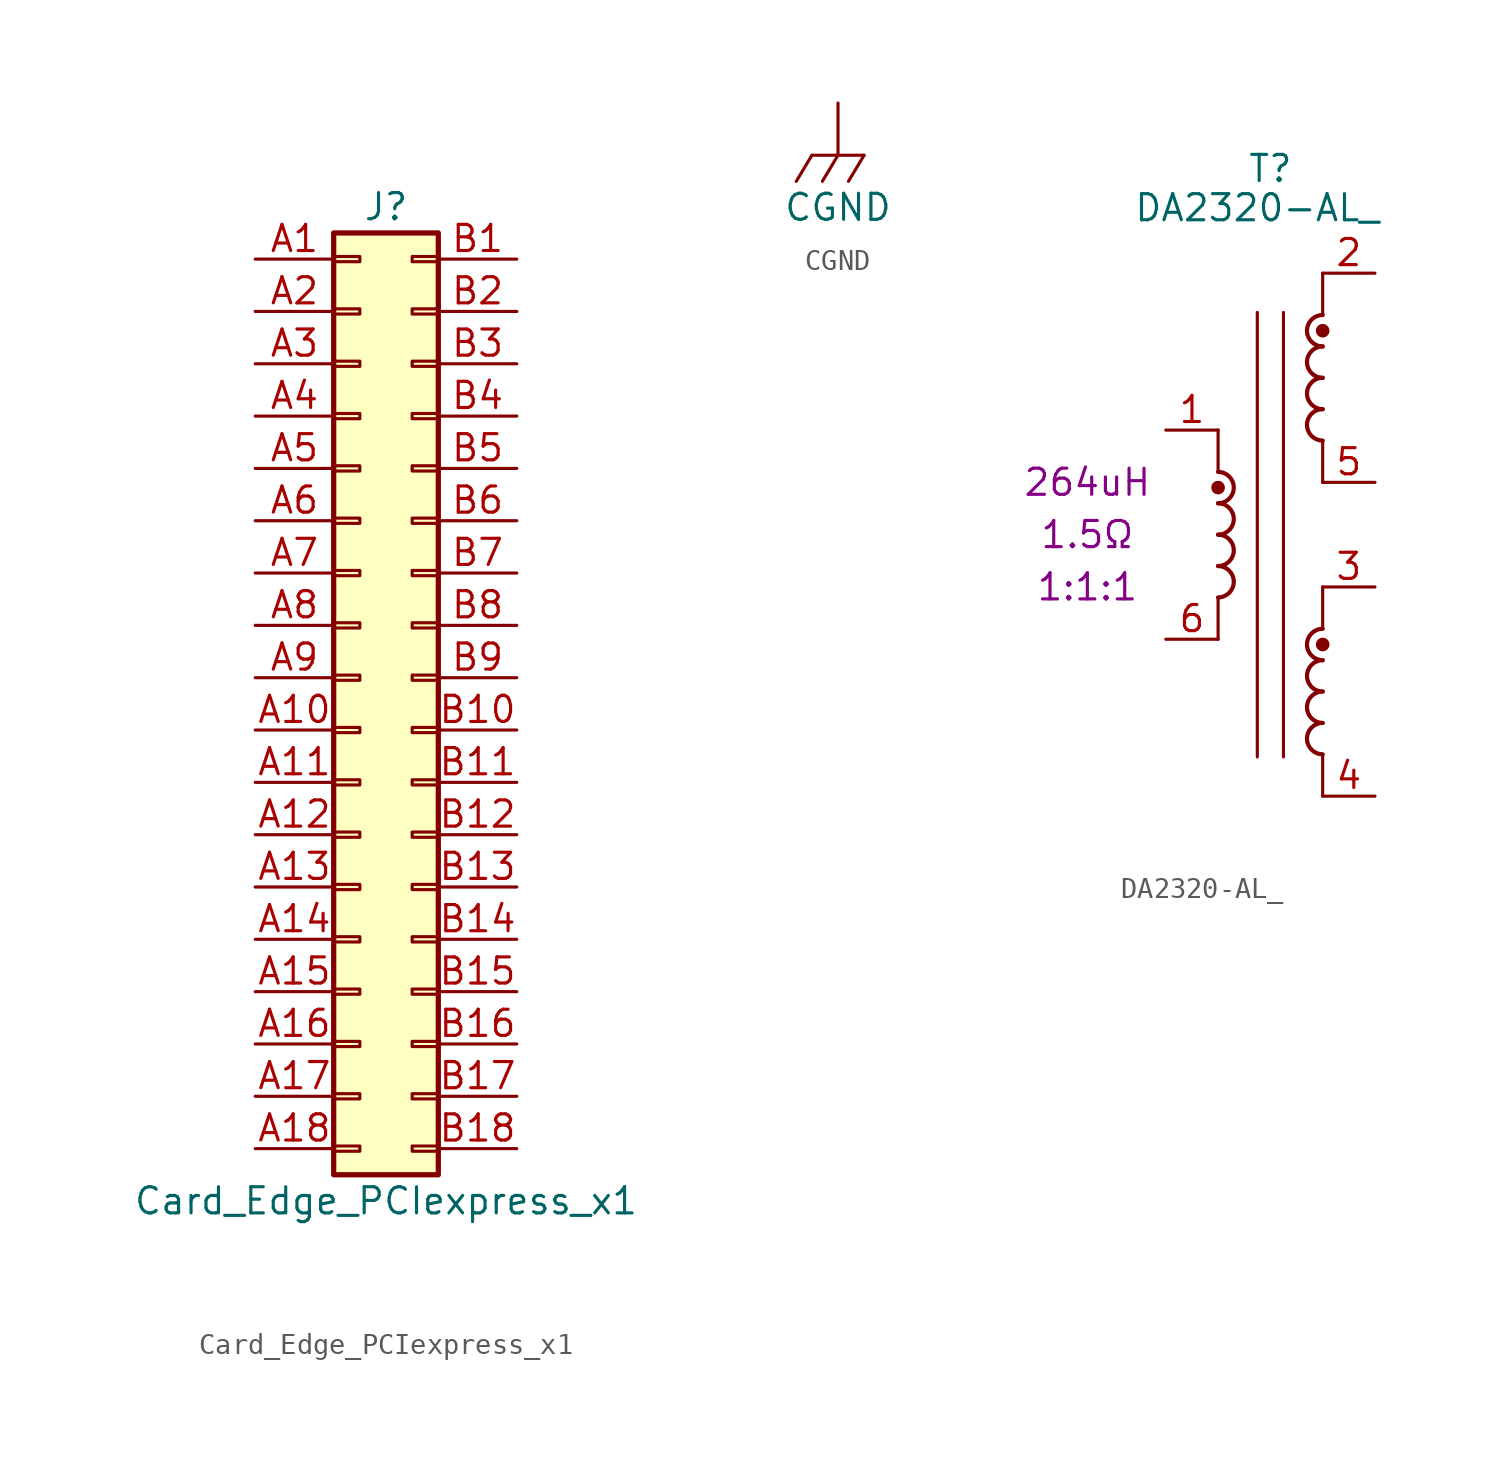
<source format=kicad_sym>
(kicad_symbol_lib
  (version 20211014)
  (generator kicad_symbol_editor)
  (symbol "Card_Edge_PCIexpress_x1"
    (pin_names
      (offset 1.016) hide)
    (property "Reference" "J"
      (at 1.27 22.86 0)
      (effects (font (size 1.27 1.27))))
    (property "Value" "Card_Edge_PCIexpress_x1"
      (at 1.27 -25.4 0)
      (effects (font (size 1.27 1.27))))
    (symbol "Card_Edge_PCIexpress_x1_1_1"
      (rectangle (start -1.27 -22.733) (end 0 -22.987) (stroke (width 0.152) (type default) (color 0 0 0 0)) (fill (type none)))
      (rectangle (start -1.27 -20.193) (end 0 -20.447) (stroke (width 0.152) (type default) (color 0 0 0 0)) (fill (type none)))
      (rectangle (start -1.27 -17.653) (end 0 -17.907) (stroke (width 0.152) (type default) (color 0 0 0 0)) (fill (type none)))
      (rectangle (start -1.27 -15.113) (end 0 -15.367) (stroke (width 0.152) (type default) (color 0 0 0 0)) (fill (type none)))
      (rectangle (start -1.27 -12.573) (end 0 -12.827) (stroke (width 0.152) (type default) (color 0 0 0 0)) (fill (type none)))
      (rectangle (start -1.27 -10.033) (end 0 -10.287) (stroke (width 0.152) (type default) (color 0 0 0 0)) (fill (type none)))
      (rectangle (start -1.27 -7.493) (end 0 -7.747) (stroke (width 0.152) (type default) (color 0 0 0 0)) (fill (type none)))
      (rectangle (start -1.27 -4.953) (end 0 -5.207) (stroke (width 0.152) (type default) (color 0 0 0 0)) (fill (type none)))
      (rectangle (start -1.27 -2.413) (end 0 -2.667) (stroke (width 0.152) (type default) (color 0 0 0 0)) (fill (type none)))
      (rectangle (start -1.27 0.127) (end 0 -0.127) (stroke (width 0.152) (type default) (color 0 0 0 0)) (fill (type none)))
      (rectangle (start -1.27 2.667) (end 0 2.413) (stroke (width 0.152) (type default) (color 0 0 0 0)) (fill (type none)))
      (rectangle (start -1.27 5.207) (end 0 4.953) (stroke (width 0.152) (type default) (color 0 0 0 0)) (fill (type none)))
      (rectangle (start -1.27 7.747) (end 0 7.493) (stroke (width 0.152) (type default) (color 0 0 0 0)) (fill (type none)))
      (rectangle (start -1.27 10.287) (end 0 10.033) (stroke (width 0.152) (type default) (color 0 0 0 0)) (fill (type none)))
      (rectangle (start -1.27 12.827) (end 0 12.573) (stroke (width 0.152) (type default) (color 0 0 0 0)) (fill (type none)))
      (rectangle (start -1.27 15.367) (end 0 15.113) (stroke (width 0.152) (type default) (color 0 0 0 0)) (fill (type none)))
      (rectangle (start -1.27 17.907) (end 0 17.653) (stroke (width 0.152) (type default) (color 0 0 0 0)) (fill (type none)))
      (rectangle (start -1.27 20.447) (end 0 20.193) (stroke (width 0.152) (type default) (color 0 0 0 0)) (fill (type none)))
      (rectangle (start -1.27 21.59) (end 3.81 -24.13) (stroke (width 0.254) (type default) (color 0 0 0 0)) (fill (type background)))
      (rectangle (start 3.81 -22.733) (end 2.54 -22.987) (stroke (width 0.152) (type default) (color 0 0 0 0)) (fill (type none)))
      (rectangle (start 3.81 -20.193) (end 2.54 -20.447) (stroke (width 0.152) (type default) (color 0 0 0 0)) (fill (type none)))
      (rectangle (start 3.81 -17.653) (end 2.54 -17.907) (stroke (width 0.152) (type default) (color 0 0 0 0)) (fill (type none)))
      (rectangle (start 3.81 -15.113) (end 2.54 -15.367) (stroke (width 0.152) (type default) (color 0 0 0 0)) (fill (type none)))
      (rectangle (start 3.81 -12.573) (end 2.54 -12.827) (stroke (width 0.152) (type default) (color 0 0 0 0)) (fill (type none)))
      (rectangle (start 3.81 -10.033) (end 2.54 -10.287) (stroke (width 0.152) (type default) (color 0 0 0 0)) (fill (type none)))
      (rectangle (start 3.81 -7.493) (end 2.54 -7.747) (stroke (width 0.152) (type default) (color 0 0 0 0)) (fill (type none)))
      (rectangle (start 3.81 -4.953) (end 2.54 -5.207) (stroke (width 0.152) (type default) (color 0 0 0 0)) (fill (type none)))
      (rectangle (start 3.81 -2.413) (end 2.54 -2.667) (stroke (width 0.152) (type default) (color 0 0 0 0)) (fill (type none)))
      (rectangle (start 3.81 0.127) (end 2.54 -0.127) (stroke (width 0.152) (type default) (color 0 0 0 0)) (fill (type none)))
      (rectangle (start 3.81 2.667) (end 2.54 2.413) (stroke (width 0.152) (type default) (color 0 0 0 0)) (fill (type none)))
      (rectangle (start 3.81 5.207) (end 2.54 4.953) (stroke (width 0.152) (type default) (color 0 0 0 0)) (fill (type none)))
      (rectangle (start 3.81 7.747) (end 2.54 7.493) (stroke (width 0.152) (type default) (color 0 0 0 0)) (fill (type none)))
      (rectangle (start 3.81 10.287) (end 2.54 10.033) (stroke (width 0.152) (type default) (color 0 0 0 0)) (fill (type none)))
      (rectangle (start 3.81 12.827) (end 2.54 12.573) (stroke (width 0.152) (type default) (color 0 0 0 0)) (fill (type none)))
      (rectangle (start 3.81 15.367) (end 2.54 15.113) (stroke (width 0.152) (type default) (color 0 0 0 0)) (fill (type none)))
      (rectangle (start 3.81 17.907) (end 2.54 17.653) (stroke (width 0.152) (type default) (color 0 0 0 0)) (fill (type none)))
      (rectangle (start 3.81 20.447) (end 2.54 20.193) (stroke (width 0.152) (type default) (color 0 0 0 0)) (fill (type none)))
      (pin passive line (at -5.08 20.32 0) (length 3.81) (name "Pin_a1" (effects (font (size 1.27 1.27)))) (number "A1" (effects (font (size 1.27 1.27)))))
      (pin passive line (at -5.08 -2.54 0) (length 3.81) (name "Pin_a10" (effects (font (size 1.27 1.27)))) (number "A10" (effects (font (size 1.27 1.27)))))
      (pin passive line (at -5.08 -5.08 0) (length 3.81) (name "Pin_a11" (effects (font (size 1.27 1.27)))) (number "A11" (effects (font (size 1.27 1.27)))))
      (pin passive line (at -5.08 -7.62 0) (length 3.81) (name "Pin_a12" (effects (font (size 1.27 1.27)))) (number "A12" (effects (font (size 1.27 1.27)))))
      (pin passive line (at -5.08 -10.16 0) (length 3.81) (name "Pin_a13" (effects (font (size 1.27 1.27)))) (number "A13" (effects (font (size 1.27 1.27)))))
      (pin passive line (at -5.08 -12.7 0) (length 3.81) (name "Pin_a14" (effects (font (size 1.27 1.27)))) (number "A14" (effects (font (size 1.27 1.27)))))
      (pin passive line (at -5.08 -15.24 0) (length 3.81) (name "Pin_a15" (effects (font (size 1.27 1.27)))) (number "A15" (effects (font (size 1.27 1.27)))))
      (pin passive line (at -5.08 -17.78 0) (length 3.81) (name "Pin_a16" (effects (font (size 1.27 1.27)))) (number "A16" (effects (font (size 1.27 1.27)))))
      (pin passive line (at -5.08 -20.32 0) (length 3.81) (name "Pin_a17" (effects (font (size 1.27 1.27)))) (number "A17" (effects (font (size 1.27 1.27)))))
      (pin passive line (at -5.08 -22.86 0) (length 3.81) (name "Pin_a18" (effects (font (size 1.27 1.27)))) (number "A18" (effects (font (size 1.27 1.27)))))
      (pin passive line (at -5.08 17.78 0) (length 3.81) (name "Pin_a2" (effects (font (size 1.27 1.27)))) (number "A2" (effects (font (size 1.27 1.27)))))
      (pin passive line (at -5.08 15.24 0) (length 3.81) (name "Pin_a3" (effects (font (size 1.27 1.27)))) (number "A3" (effects (font (size 1.27 1.27)))))
      (pin passive line (at -5.08 12.7 0) (length 3.81) (name "Pin_a4" (effects (font (size 1.27 1.27)))) (number "A4" (effects (font (size 1.27 1.27)))))
      (pin passive line (at -5.08 10.16 0) (length 3.81) (name "Pin_a5" (effects (font (size 1.27 1.27)))) (number "A5" (effects (font (size 1.27 1.27)))))
      (pin passive line (at -5.08 7.62 0) (length 3.81) (name "Pin_a6" (effects (font (size 1.27 1.27)))) (number "A6" (effects (font (size 1.27 1.27)))))
      (pin passive line (at -5.08 5.08 0) (length 3.81) (name "Pin_a7" (effects (font (size 1.27 1.27)))) (number "A7" (effects (font (size 1.27 1.27)))))
      (pin passive line (at -5.08 2.54 0) (length 3.81) (name "Pin_a8" (effects (font (size 1.27 1.27)))) (number "A8" (effects (font (size 1.27 1.27)))))
      (pin passive line (at -5.08 0 0) (length 3.81) (name "Pin_a9" (effects (font (size 1.27 1.27)))) (number "A9" (effects (font (size 1.27 1.27)))))
      (pin passive line (at 7.62 20.32 180) (length 3.81) (name "Pin_b1" (effects (font (size 1.27 1.27)))) (number "B1" (effects (font (size 1.27 1.27)))))
      (pin passive line (at 7.62 -2.54 180) (length 3.81) (name "Pin_b10" (effects (font (size 1.27 1.27)))) (number "B10" (effects (font (size 1.27 1.27)))))
      (pin passive line (at 7.62 -5.08 180) (length 3.81) (name "Pin_b11" (effects (font (size 1.27 1.27)))) (number "B11" (effects (font (size 1.27 1.27)))))
      (pin passive line (at 7.62 -7.62 180) (length 3.81) (name "Pin_b12" (effects (font (size 1.27 1.27)))) (number "B12" (effects (font (size 1.27 1.27)))))
      (pin passive line (at 7.62 -10.16 180) (length 3.81) (name "Pin_b13" (effects (font (size 1.27 1.27)))) (number "B13" (effects (font (size 1.27 1.27)))))
      (pin passive line (at 7.62 -12.7 180) (length 3.81) (name "Pin_b14" (effects (font (size 1.27 1.27)))) (number "B14" (effects (font (size 1.27 1.27)))))
      (pin passive line (at 7.62 -15.24 180) (length 3.81) (name "Pin_b15" (effects (font (size 1.27 1.27)))) (number "B15" (effects (font (size 1.27 1.27)))))
      (pin passive line (at 7.62 -17.78 180) (length 3.81) (name "Pin_b16" (effects (font (size 1.27 1.27)))) (number "B16" (effects (font (size 1.27 1.27)))))
      (pin passive line (at 7.62 -20.32 180) (length 3.81) (name "Pin_b17" (effects (font (size 1.27 1.27)))) (number "B17" (effects (font (size 1.27 1.27)))))
      (pin passive line (at 7.62 -22.86 180) (length 3.81) (name "Pin_b18" (effects (font (size 1.27 1.27)))) (number "B18" (effects (font (size 1.27 1.27)))))
      (pin passive line (at 7.62 17.78 180) (length 3.81) (name "Pin_b2" (effects (font (size 1.27 1.27)))) (number "B2" (effects (font (size 1.27 1.27)))))
      (pin passive line (at 7.62 15.24 180) (length 3.81) (name "Pin_b3" (effects (font (size 1.27 1.27)))) (number "B3" (effects (font (size 1.27 1.27)))))
      (pin passive line (at 7.62 12.7 180) (length 3.81) (name "Pin_b4" (effects (font (size 1.27 1.27)))) (number "B4" (effects (font (size 1.27 1.27)))))
      (pin passive line (at 7.62 10.16 180) (length 3.81) (name "Pin_b5" (effects (font (size 1.27 1.27)))) (number "B5" (effects (font (size 1.27 1.27)))))
      (pin passive line (at 7.62 7.62 180) (length 3.81) (name "Pin_b6" (effects (font (size 1.27 1.27)))) (number "B6" (effects (font (size 1.27 1.27)))))
      (pin passive line (at 7.62 5.08 180) (length 3.81) (name "Pin_b7" (effects (font (size 1.27 1.27)))) (number "B7" (effects (font (size 1.27 1.27)))))
      (pin passive line (at 7.62 2.54 180) (length 3.81) (name "Pin_b8" (effects (font (size 1.27 1.27)))) (number "B8" (effects (font (size 1.27 1.27)))))
      (pin passive line (at 7.62 0 180) (length 3.81) (name "Pin_b9" (effects (font (size 1.27 1.27)))) (number "B9" (effects (font (size 1.27 1.27)))))))
  (symbol "CGND"
    (power)
    (pin_names
      (offset 0))
    (property "Reference" "#PWR"
      (at 0 -3.81 0)
      (effects (font (size 1.27 1.27)) hide))
    (property "Value" "CGND"
      (at 0 -5.08 0)
      (effects (font (size 1.27 1.27))))
    (symbol "CGND_0_1"
      (polyline (pts (xy -2.032 -3.81) (xy -1.27 -2.54)) (stroke (width 0) (type default) (color 0 0 0 0)) (fill (type none)))
      (polyline (pts (xy -1.27 -2.54) (xy 1.27 -2.54)) (stroke (width 0) (type default) (color 0 0 0 0)) (fill (type none)))
      (polyline (pts (xy -0.762 -3.81) (xy 0 -2.54)) (stroke (width 0) (type default) (color 0 0 0 0)) (fill (type none)))
      (polyline (pts (xy 0 0) (xy 0 -2.54)) (stroke (width 0) (type default) (color 0 0 0 0)) (fill (type none)))
      (polyline (pts (xy 0.508 -3.81) (xy 1.27 -2.54)) (stroke (width 0) (type default) (color 0 0 0 0)) (fill (type none))))
    (symbol "CGND_1_1"
      (pin power_in line (at 0 0 90) (length 0) hide (name "CGND" (effects (font (size 1.27 1.27)))) (number "1" (effects (font (size 1.27 1.27)))))))
  (symbol "DA2320-AL_"
    (property "Reference" "T"
      (at 0 18.415 0)
      (effects (font (size 1.27 1.27))))
    (property "Value" "DA2320-AL_"
      (at -0.635 16.51 0)
      (effects (font (size 1.27 1.27))))
    (property "Inductance" "264uH"
      (at -8.89 3.175 0)
      (effects (font (size 1.27 1.27))))
    (property "Resistance" "1.5Ω"
      (at -8.89 0.635 0)
      (effects (font (size 1.27 1.27))))
    (property "Winding" "1:1:1"
      (at -8.89 -1.905 0)
      (effects (font (size 1.27 1.27))))
    (symbol "DA2320-AL__0_1"
      (arc (start -2.54 -2.413) (mid -1.778 -1.651) (end -2.54 -0.889) (stroke (width 0.2032) (type default) (color 0 0 0 0)) (fill (type none)))
      (arc (start -2.54 -0.889) (mid -1.778 -0.127) (end -2.54 0.635) (stroke (width 0.2032) (type default) (color 0 0 0 0)) (fill (type none)))
      (arc (start -2.54 0.635) (mid -1.778 1.397) (end -2.54 2.159) (stroke (width 0.2032) (type default) (color 0 0 0 0)) (fill (type none)))
      (circle (center -2.54 2.921) (radius 0.254) (stroke (width 0) (type default) (color 0 0 0 0)) (fill (type outline)))
      (polyline (pts (xy -2.54 -2.413) (xy -2.54 -4.445)) (stroke (width 0) (type default) (color 0 0 0 0)) (fill (type none)))
      (polyline (pts (xy -2.54 5.715) (xy -2.54 3.683)) (stroke (width 0) (type default) (color 0 0 0 0)) (fill (type none)))
      (polyline (pts (xy -0.635 11.43) (xy -0.635 -10.16)) (stroke (width 0) (type default) (color 0 0 0 0)) (fill (type none)))
      (polyline (pts (xy 0.635 11.43) (xy 0.635 -10.16)) (stroke (width 0) (type default) (color 0 0 0 0)) (fill (type none)))
      (polyline (pts (xy 2.54 -10.033) (xy 2.54 -12.065)) (stroke (width 0) (type default) (color 0 0 0 0)) (fill (type none)))
      (polyline (pts (xy 2.54 -1.905) (xy 2.54 -3.937)) (stroke (width 0) (type default) (color 0 0 0 0)) (fill (type none)))
      (polyline (pts (xy 2.54 5.207) (xy 2.54 3.175)) (stroke (width 0) (type default) (color 0 0 0 0)) (fill (type none)))
      (polyline (pts (xy 2.54 13.335) (xy 2.54 11.303)) (stroke (width 0) (type default) (color 0 0 0 0)) (fill (type none)))
      (arc (start 2.54 -8.509) (mid 1.778 -9.271) (end 2.54 -10.033) (stroke (width 0.2032) (type default) (color 0 0 0 0)) (fill (type none)))
      (arc (start 2.54 -6.985) (mid 1.778 -7.747) (end 2.54 -8.509) (stroke (width 0.2032) (type default) (color 0 0 0 0)) (fill (type none)))
      (arc (start 2.54 -5.461) (mid 1.778 -6.223) (end 2.54 -6.985) (stroke (width 0.2032) (type default) (color 0 0 0 0)) (fill (type none)))
      (circle (center 2.54 -4.699) (radius 0.254) (stroke (width 0) (type default) (color 0 0 0 0)) (fill (type outline)))
      (arc (start 2.54 -3.937) (mid 1.778 -4.699) (end 2.54 -5.461) (stroke (width 0.2032) (type default) (color 0 0 0 0)) (fill (type none)))
      (arc (start 2.54 6.731) (mid 1.778 5.969) (end 2.54 5.207) (stroke (width 0.2032) (type default) (color 0 0 0 0)) (fill (type none)))
      (arc (start 2.54 8.255) (mid 1.778 7.493) (end 2.54 6.731) (stroke (width 0.2032) (type default) (color 0 0 0 0)) (fill (type none)))
      (arc (start 2.54 9.779) (mid 1.778 9.017) (end 2.54 8.255) (stroke (width 0.2032) (type default) (color 0 0 0 0)) (fill (type none)))
      (circle (center 2.54 10.541) (radius 0.254) (stroke (width 0) (type default) (color 0 0 0 0)) (fill (type outline)))
      (arc (start 2.54 11.303) (mid 1.778 10.541) (end 2.54 9.779) (stroke (width 0.2032) (type default) (color 0 0 0 0)) (fill (type none))))
    (symbol "DA2320-AL__1_1"
      (arc (start -2.54 2.159) (mid -1.778 2.921) (end -2.54 3.683) (stroke (width 0.2032) (type default) (color 0 0 0 0)) (fill (type none)))
      (pin passive line (at -5.08 5.715 0) (length 2.54) (name "~" (effects (font (size 1.27 1.27)))) (number "1" (effects (font (size 1.27 1.27)))))
      (pin passive line (at 5.08 13.335 180) (length 2.54) (name "~" (effects (font (size 1.27 1.27)))) (number "2" (effects (font (size 1.27 1.27)))))
      (pin passive line (at 5.08 -1.905 180) (length 2.54) (name "~" (effects (font (size 1.27 1.27)))) (number "3" (effects (font (size 1.27 1.27)))))
      (pin passive line (at 5.08 -12.065 180) (length 2.54) (name "~" (effects (font (size 1.27 1.27)))) (number "4" (effects (font (size 1.27 1.27)))))
      (pin passive line (at 5.08 3.175 180) (length 2.54) (name "~" (effects (font (size 1.27 1.27)))) (number "5" (effects (font (size 1.27 1.27)))))
      (pin passive line (at -5.08 -4.445 0) (length 2.54) (name "~" (effects (font (size 1.27 1.27)))) (number "6" (effects (font (size 1.27 1.27))))))))
</source>
